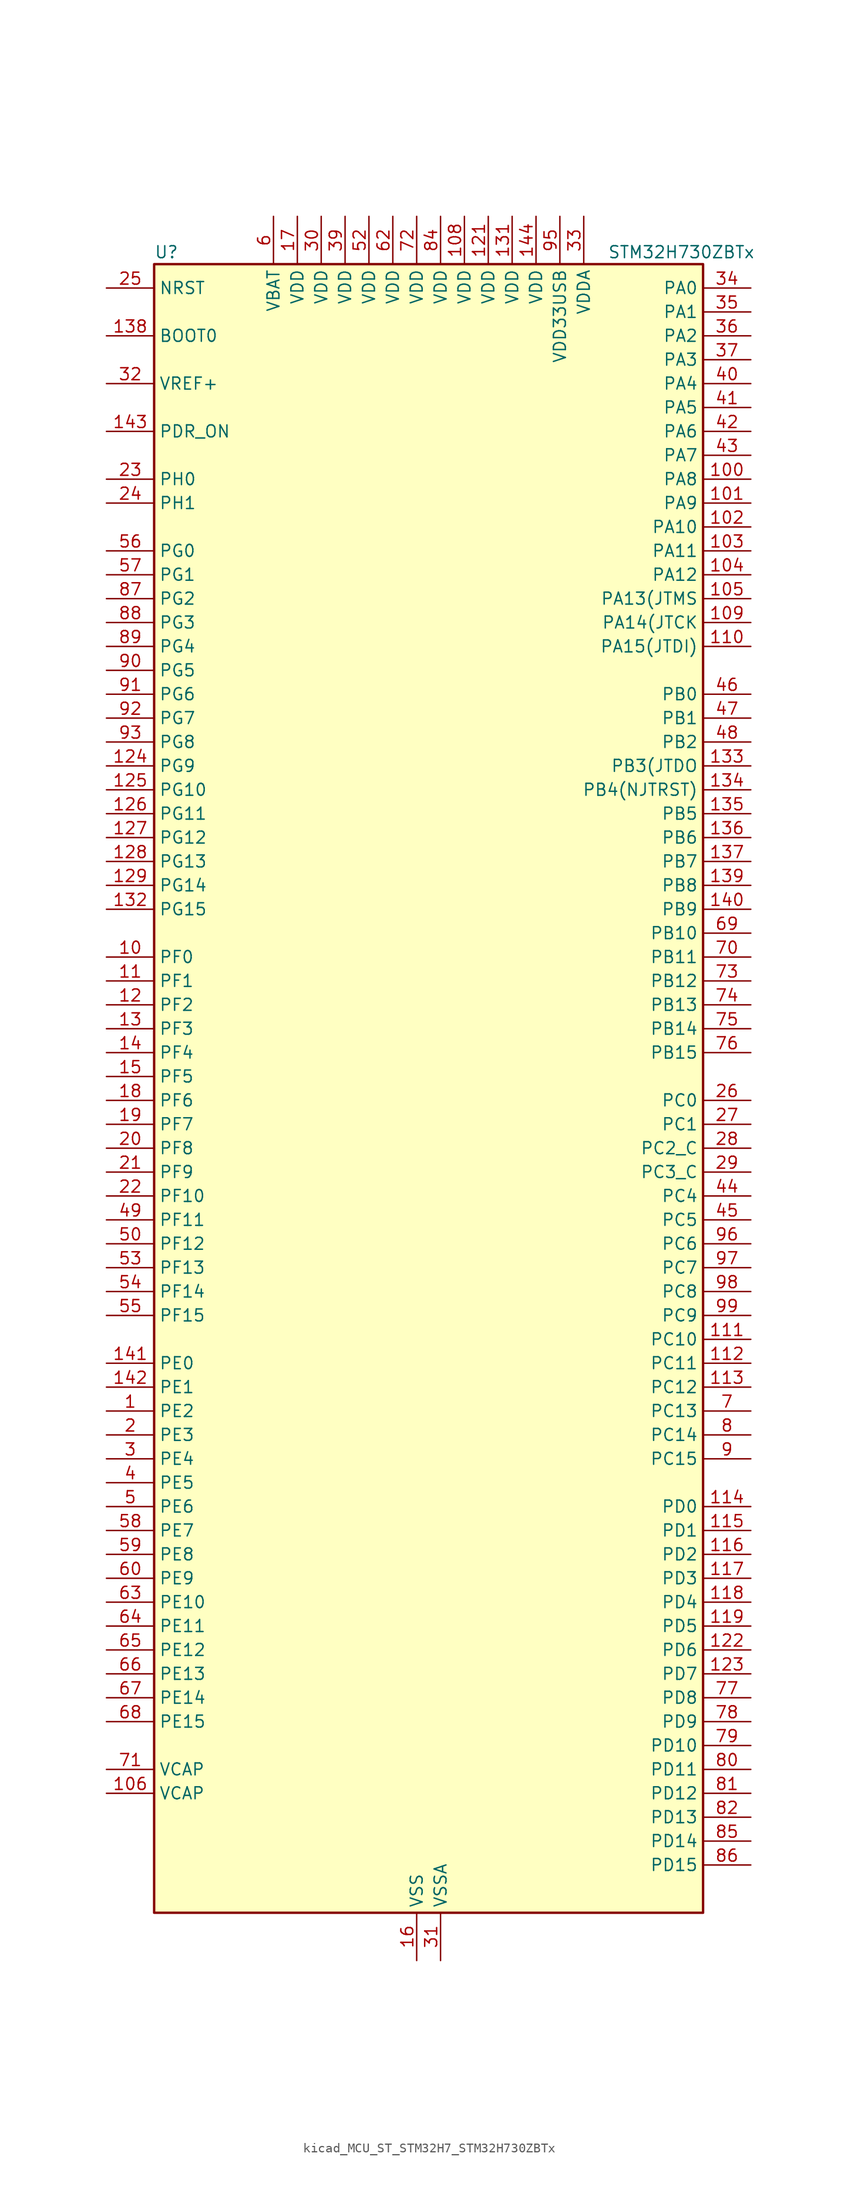
<source format=kicad_sym>
(kicad_symbol_lib
  (version 20220914)
  (generator kicad_symbol_editor)
  (symbol "kicad_MCU_ST_STM32H7_STM32H730ZBTx"
    (property "Reference" "U"
      (at -27.94 90.17 0)
      (effects (font (size 1.27 1.27)) (justify left)))
    (property "Value" "STM32H730ZBTx"
      (at 20.32 90.17 0)
      (effects (font (size 1.27 1.27)) (justify left)))
    (property "ki_locked" ""
      (at 0 0 0)
      (effects (font (size 1.27 1.27))))
    (symbol "kicad_MCU_ST_STM32H7_STM32H730ZBTx_0_1"
      (rectangle (start -27.94 -86.36) (end 30.48 88.9) (stroke (width 0.254) (type default)) (fill (type background))))
    (symbol "kicad_MCU_ST_STM32H7_STM32H730ZBTx_1_1"
      (pin bidirectional line (at -33.02 -33.02 0) (length 5.08) (name "PE2" (effects (font (size 1.27 1.27)))) (number "1" (effects (font (size 1.27 1.27)))) (alternate "DEBUG_TRACECLK" bidirectional line) (alternate "ETH_TXD3" bidirectional line) (alternate "FMC_A23" bidirectional line) (alternate "OCTOSPIM_P1_IO2" bidirectional line) (alternate "SAI1_CK1" bidirectional line) (alternate "SAI1_MCLK_A" bidirectional line) (alternate "SAI4_CK1" bidirectional line) (alternate "SAI4_MCLK_A" bidirectional line) (alternate "SPI4_SCK" bidirectional line) (alternate "USART10_RX" bidirectional line))
      (pin bidirectional line (at -33.02 15.24 0) (length 5.08) (name "PF0" (effects (font (size 1.27 1.27)))) (number "10" (effects (font (size 1.27 1.27)))) (alternate "FMC_A0" bidirectional line) (alternate "I2C2_SDA" bidirectional line) (alternate "I2C5_SDA" bidirectional line) (alternate "OCTOSPIM_P2_IO0" bidirectional line) (alternate "TIM23_CH1" bidirectional line))
      (pin bidirectional line (at 35.56 66.04 180) (length 5.08) (name "PA8" (effects (font (size 1.27 1.27)))) (number "100" (effects (font (size 1.27 1.27)))) (alternate "I2C3_SCL" bidirectional line) (alternate "I2C5_SCL" bidirectional line) (alternate "LTDC_B3" bidirectional line) (alternate "LTDC_R6" bidirectional line) (alternate "RCC_MCO_1" bidirectional line) (alternate "TIM1_CH1" bidirectional line) (alternate "TIM8_BKIN2" bidirectional line) (alternate "TIM8_BKIN2_COMP1" bidirectional line) (alternate "TIM8_BKIN2_COMP2" bidirectional line) (alternate "UART7_RX" bidirectional line) (alternate "USART1_CK" bidirectional line) (alternate "USB_OTG_HS_SOF" bidirectional line))
      (pin bidirectional line (at 35.56 63.5 180) (length 5.08) (name "PA9" (effects (font (size 1.27 1.27)))) (number "101" (effects (font (size 1.27 1.27)))) (alternate "DAC1_EXTI9" bidirectional line) (alternate "DCMI_D0" bidirectional line) (alternate "ETH_TX_ER" bidirectional line) (alternate "I2C3_SMBA" bidirectional line) (alternate "I2C5_SMBA" bidirectional line) (alternate "I2S2_CK" bidirectional line) (alternate "LPUART1_TX" bidirectional line) (alternate "LTDC_R5" bidirectional line) (alternate "PSSI_D0" bidirectional line) (alternate "SPI2_SCK" bidirectional line) (alternate "TIM1_CH2" bidirectional line) (alternate "USART1_TX" bidirectional line) (alternate "USB_OTG_HS_VBUS" bidirectional line))
      (pin bidirectional line (at 35.56 60.96 180) (length 5.08) (name "PA10" (effects (font (size 1.27 1.27)))) (number "102" (effects (font (size 1.27 1.27)))) (alternate "DCMI_D1" bidirectional line) (alternate "LPUART1_RX" bidirectional line) (alternate "LTDC_B1" bidirectional line) (alternate "LTDC_B4" bidirectional line) (alternate "MDIOS_MDIO" bidirectional line) (alternate "PSSI_D1" bidirectional line) (alternate "TIM1_CH3" bidirectional line) (alternate "USART1_RX" bidirectional line) (alternate "USB_OTG_HS_ID" bidirectional line))
      (pin bidirectional line (at 35.56 58.42 180) (length 5.08) (name "PA11" (effects (font (size 1.27 1.27)))) (number "103" (effects (font (size 1.27 1.27)))) (alternate "ADC1_EXTI11" bidirectional line) (alternate "ADC2_EXTI11" bidirectional line) (alternate "ADC3_EXTI11" bidirectional line) (alternate "FDCAN1_RX" bidirectional line) (alternate "I2S2_WS" bidirectional line) (alternate "LPUART1_CTS" bidirectional line) (alternate "LTDC_R4" bidirectional line) (alternate "SPI2_NSS" bidirectional line) (alternate "TIM1_CH4" bidirectional line) (alternate "UART4_RX" bidirectional line) (alternate "USART1_CTS" bidirectional line) (alternate "USART1_NSS" bidirectional line) (alternate "USB_OTG_HS_DM" bidirectional line))
      (pin bidirectional line (at 35.56 55.88 180) (length 5.08) (name "PA12" (effects (font (size 1.27 1.27)))) (number "104" (effects (font (size 1.27 1.27)))) (alternate "FDCAN1_TX" bidirectional line) (alternate "I2S2_CK" bidirectional line) (alternate "LPUART1_DE" bidirectional line) (alternate "LPUART1_RTS" bidirectional line) (alternate "LTDC_R5" bidirectional line) (alternate "SAI4_FS_B" bidirectional line) (alternate "SPI2_SCK" bidirectional line) (alternate "TIM1_BKIN2" bidirectional line) (alternate "TIM1_ETR" bidirectional line) (alternate "UART4_TX" bidirectional line) (alternate "USART1_DE" bidirectional line) (alternate "USART1_RTS" bidirectional line) (alternate "USB_OTG_HS_DP" bidirectional line))
      (pin bidirectional line (at 35.56 53.34 180) (length 5.08) (name "PA13(JTMS" (effects (font (size 1.27 1.27)))) (number "105" (effects (font (size 1.27 1.27)))) (alternate "DEBUG_JTMS-SWDIO" bidirectional line))
      (pin power_out line (at -33.02 -73.66 0) (length 5.08) (name "VCAP" (effects (font (size 1.27 1.27)))) (number "106" (effects (font (size 1.27 1.27)))))
      (pin passive line (at 0 -91.44 90) (length 5.08) hide (name "VSS" (effects (font (size 1.27 1.27)))) (number "107" (effects (font (size 1.27 1.27)))))
      (pin power_in line (at 5.08 93.98 270) (length 5.08) (name "VDD" (effects (font (size 1.27 1.27)))) (number "108" (effects (font (size 1.27 1.27)))))
      (pin bidirectional line (at 35.56 50.8 180) (length 5.08) (name "PA14(JTCK" (effects (font (size 1.27 1.27)))) (number "109" (effects (font (size 1.27 1.27)))) (alternate "DEBUG_JTCK-SWCLK" bidirectional line))
      (pin bidirectional line (at -33.02 12.7 0) (length 5.08) (name "PF1" (effects (font (size 1.27 1.27)))) (number "11" (effects (font (size 1.27 1.27)))) (alternate "FMC_A1" bidirectional line) (alternate "I2C2_SCL" bidirectional line) (alternate "I2C5_SCL" bidirectional line) (alternate "OCTOSPIM_P2_IO1" bidirectional line) (alternate "TIM23_CH2" bidirectional line))
      (pin bidirectional line (at 35.56 48.26 180) (length 5.08) (name "PA15(JTDI)" (effects (font (size 1.27 1.27)))) (number "110" (effects (font (size 1.27 1.27)))) (alternate "ADC1_EXTI15" bidirectional line) (alternate "ADC2_EXTI15" bidirectional line) (alternate "ADC3_EXTI15" bidirectional line) (alternate "CEC" bidirectional line) (alternate "DEBUG_JTDI" bidirectional line) (alternate "I2S1_WS" bidirectional line) (alternate "I2S3_WS" bidirectional line) (alternate "I2S6_WS" bidirectional line) (alternate "LTDC_B6" bidirectional line) (alternate "LTDC_R3" bidirectional line) (alternate "SPI1_NSS" bidirectional line) (alternate "SPI3_NSS" bidirectional line) (alternate "SPI6_NSS" bidirectional line) (alternate "TIM2_CH1" bidirectional line) (alternate "TIM2_ETR" bidirectional line) (alternate "UART4_DE" bidirectional line) (alternate "UART4_RTS" bidirectional line) (alternate "UART7_TX" bidirectional line))
      (pin bidirectional line (at 35.56 -25.4 180) (length 5.08) (name "PC10" (effects (font (size 1.27 1.27)))) (number "111" (effects (font (size 1.27 1.27)))) (alternate "DCMI_D8" bidirectional line) (alternate "DFSDM1_CKIN5" bidirectional line) (alternate "I2C5_SDA" bidirectional line) (alternate "I2S3_CK" bidirectional line) (alternate "LTDC_B1" bidirectional line) (alternate "LTDC_R2" bidirectional line) (alternate "OCTOSPIM_P1_IO1" bidirectional line) (alternate "PSSI_D8" bidirectional line) (alternate "SDMMC1_D2" bidirectional line) (alternate "SPI3_SCK" bidirectional line) (alternate "SWPMI1_RX" bidirectional line) (alternate "UART4_TX" bidirectional line) (alternate "USART3_TX" bidirectional line))
      (pin bidirectional line (at 35.56 -27.94 180) (length 5.08) (name "PC11" (effects (font (size 1.27 1.27)))) (number "112" (effects (font (size 1.27 1.27)))) (alternate "ADC1_EXTI11" bidirectional line) (alternate "ADC2_EXTI11" bidirectional line) (alternate "ADC3_EXTI11" bidirectional line) (alternate "DCMI_D4" bidirectional line) (alternate "DFSDM1_DATIN5" bidirectional line) (alternate "I2C5_SCL" bidirectional line) (alternate "I2S3_SDI" bidirectional line) (alternate "LTDC_B4" bidirectional line) (alternate "OCTOSPIM_P1_NCS" bidirectional line) (alternate "PSSI_D4" bidirectional line) (alternate "SDMMC1_D3" bidirectional line) (alternate "SPI3_MISO" bidirectional line) (alternate "UART4_RX" bidirectional line) (alternate "USART3_RX" bidirectional line))
      (pin bidirectional line (at 35.56 -30.48 180) (length 5.08) (name "PC12" (effects (font (size 1.27 1.27)))) (number "113" (effects (font (size 1.27 1.27)))) (alternate "DCMI_D9" bidirectional line) (alternate "DEBUG_TRACED3" bidirectional line) (alternate "FMC_D6" bidirectional line) (alternate "FMC_DA6" bidirectional line) (alternate "I2C5_SMBA" bidirectional line) (alternate "I2S3_SDO" bidirectional line) (alternate "I2S6_CK" bidirectional line) (alternate "LTDC_R6" bidirectional line) (alternate "PSSI_D9" bidirectional line) (alternate "SDMMC1_CK" bidirectional line) (alternate "SPI3_MOSI" bidirectional line) (alternate "SPI6_SCK" bidirectional line) (alternate "TIM15_CH1" bidirectional line) (alternate "UART5_TX" bidirectional line) (alternate "USART3_CK" bidirectional line))
      (pin bidirectional line (at 35.56 -43.18 180) (length 5.08) (name "PD0" (effects (font (size 1.27 1.27)))) (number "114" (effects (font (size 1.27 1.27)))) (alternate "DFSDM1_CKIN6" bidirectional line) (alternate "FDCAN1_RX" bidirectional line) (alternate "FMC_D2" bidirectional line) (alternate "FMC_DA2" bidirectional line) (alternate "LTDC_B1" bidirectional line) (alternate "UART4_RX" bidirectional line) (alternate "UART9_CTS" bidirectional line))
      (pin bidirectional line (at 35.56 -45.72 180) (length 5.08) (name "PD1" (effects (font (size 1.27 1.27)))) (number "115" (effects (font (size 1.27 1.27)))) (alternate "DFSDM1_DATIN6" bidirectional line) (alternate "FDCAN1_TX" bidirectional line) (alternate "FMC_D3" bidirectional line) (alternate "FMC_DA3" bidirectional line) (alternate "UART4_TX" bidirectional line))
      (pin bidirectional line (at 35.56 -48.26 180) (length 5.08) (name "PD2" (effects (font (size 1.27 1.27)))) (number "116" (effects (font (size 1.27 1.27)))) (alternate "DCMI_D11" bidirectional line) (alternate "DEBUG_TRACED2" bidirectional line) (alternate "FMC_D7" bidirectional line) (alternate "FMC_DA7" bidirectional line) (alternate "LTDC_B2" bidirectional line) (alternate "LTDC_B7" bidirectional line) (alternate "PSSI_D11" bidirectional line) (alternate "SDMMC1_CMD" bidirectional line) (alternate "TIM15_BKIN" bidirectional line) (alternate "TIM3_ETR" bidirectional line) (alternate "UART5_RX" bidirectional line))
      (pin bidirectional line (at 35.56 -50.8 180) (length 5.08) (name "PD3" (effects (font (size 1.27 1.27)))) (number "117" (effects (font (size 1.27 1.27)))) (alternate "DCMI_D5" bidirectional line) (alternate "DFSDM1_CKOUT" bidirectional line) (alternate "FMC_CLK" bidirectional line) (alternate "I2S2_CK" bidirectional line) (alternate "LTDC_G7" bidirectional line) (alternate "PSSI_D5" bidirectional line) (alternate "SPI2_SCK" bidirectional line) (alternate "USART2_CTS" bidirectional line) (alternate "USART2_NSS" bidirectional line))
      (pin bidirectional line (at 35.56 -53.34 180) (length 5.08) (name "PD4" (effects (font (size 1.27 1.27)))) (number "118" (effects (font (size 1.27 1.27)))) (alternate "FMC_NOE" bidirectional line) (alternate "OCTOSPIM_P1_IO4" bidirectional line) (alternate "USART2_DE" bidirectional line) (alternate "USART2_RTS" bidirectional line))
      (pin bidirectional line (at 35.56 -55.88 180) (length 5.08) (name "PD5" (effects (font (size 1.27 1.27)))) (number "119" (effects (font (size 1.27 1.27)))) (alternate "FMC_NWE" bidirectional line) (alternate "OCTOSPIM_P1_IO5" bidirectional line) (alternate "USART2_TX" bidirectional line))
      (pin bidirectional line (at -33.02 10.16 0) (length 5.08) (name "PF2" (effects (font (size 1.27 1.27)))) (number "12" (effects (font (size 1.27 1.27)))) (alternate "FMC_A2" bidirectional line) (alternate "I2C2_SMBA" bidirectional line) (alternate "I2C5_SMBA" bidirectional line) (alternate "OCTOSPIM_P2_IO2" bidirectional line) (alternate "TIM23_CH3" bidirectional line))
      (pin passive line (at 0 -91.44 90) (length 5.08) hide (name "VSS" (effects (font (size 1.27 1.27)))) (number "120" (effects (font (size 1.27 1.27)))))
      (pin power_in line (at 7.62 93.98 270) (length 5.08) (name "VDD" (effects (font (size 1.27 1.27)))) (number "121" (effects (font (size 1.27 1.27)))))
      (pin bidirectional line (at 35.56 -58.42 180) (length 5.08) (name "PD6" (effects (font (size 1.27 1.27)))) (number "122" (effects (font (size 1.27 1.27)))) (alternate "DCMI_D10" bidirectional line) (alternate "DFSDM1_CKIN4" bidirectional line) (alternate "DFSDM1_DATIN1" bidirectional line) (alternate "FMC_NWAIT" bidirectional line) (alternate "I2S3_SDO" bidirectional line) (alternate "LTDC_B2" bidirectional line) (alternate "OCTOSPIM_P1_IO6" bidirectional line) (alternate "PSSI_D10" bidirectional line) (alternate "SAI1_D1" bidirectional line) (alternate "SAI1_SD_A" bidirectional line) (alternate "SAI4_D1" bidirectional line) (alternate "SAI4_SD_A" bidirectional line) (alternate "SDMMC2_CK" bidirectional line) (alternate "SPI3_MOSI" bidirectional line) (alternate "USART2_RX" bidirectional line))
      (pin bidirectional line (at 35.56 -60.96 180) (length 5.08) (name "PD7" (effects (font (size 1.27 1.27)))) (number "123" (effects (font (size 1.27 1.27)))) (alternate "DFSDM1_CKIN1" bidirectional line) (alternate "DFSDM1_DATIN4" bidirectional line) (alternate "FMC_NE1" bidirectional line) (alternate "I2S1_SDO" bidirectional line) (alternate "OCTOSPIM_P1_IO7" bidirectional line) (alternate "SDMMC2_CMD" bidirectional line) (alternate "SPDIFRX1_IN0" bidirectional line) (alternate "SPI1_MOSI" bidirectional line) (alternate "USART2_CK" bidirectional line))
      (pin bidirectional line (at -33.02 35.56 0) (length 5.08) (name "PG9" (effects (font (size 1.27 1.27)))) (number "124" (effects (font (size 1.27 1.27)))) (alternate "DAC1_EXTI9" bidirectional line) (alternate "DCMI_VSYNC" bidirectional line) (alternate "FDCAN3_TX" bidirectional line) (alternate "FMC_NCE" bidirectional line) (alternate "FMC_NE2" bidirectional line) (alternate "I2S1_SDI" bidirectional line) (alternate "OCTOSPIM_P1_IO6" bidirectional line) (alternate "PSSI_RDY" bidirectional line) (alternate "SAI4_FS_B" bidirectional line) (alternate "SDMMC2_D0" bidirectional line) (alternate "SPDIFRX1_IN3" bidirectional line) (alternate "SPI1_MISO" bidirectional line) (alternate "USART6_RX" bidirectional line))
      (pin bidirectional line (at -33.02 33.02 0) (length 5.08) (name "PG10" (effects (font (size 1.27 1.27)))) (number "125" (effects (font (size 1.27 1.27)))) (alternate "DCMI_D2" bidirectional line) (alternate "FDCAN3_RX" bidirectional line) (alternate "FMC_NE3" bidirectional line) (alternate "I2S1_WS" bidirectional line) (alternate "LTDC_B2" bidirectional line) (alternate "LTDC_G3" bidirectional line) (alternate "OCTOSPIM_P2_IO6" bidirectional line) (alternate "PSSI_D2" bidirectional line) (alternate "SAI4_SD_B" bidirectional line) (alternate "SDMMC2_D1" bidirectional line) (alternate "SPI1_NSS" bidirectional line))
      (pin bidirectional line (at -33.02 30.48 0) (length 5.08) (name "PG11" (effects (font (size 1.27 1.27)))) (number "126" (effects (font (size 1.27 1.27)))) (alternate "ADC1_EXTI11" bidirectional line) (alternate "ADC2_EXTI11" bidirectional line) (alternate "ADC3_EXTI11" bidirectional line) (alternate "DCMI_D3" bidirectional line) (alternate "ETH_TX_EN" bidirectional line) (alternate "I2S1_CK" bidirectional line) (alternate "LPTIM1_IN2" bidirectional line) (alternate "LTDC_B3" bidirectional line) (alternate "OCTOSPIM_P2_IO7" bidirectional line) (alternate "PSSI_D3" bidirectional line) (alternate "SDMMC2_D2" bidirectional line) (alternate "SPDIFRX1_IN0" bidirectional line) (alternate "SPI1_SCK" bidirectional line) (alternate "USART10_RX" bidirectional line))
      (pin bidirectional line (at -33.02 27.94 0) (length 5.08) (name "PG12" (effects (font (size 1.27 1.27)))) (number "127" (effects (font (size 1.27 1.27)))) (alternate "ETH_TXD1" bidirectional line) (alternate "FMC_NE4" bidirectional line) (alternate "I2S6_SDI" bidirectional line) (alternate "LPTIM1_IN1" bidirectional line) (alternate "LTDC_B1" bidirectional line) (alternate "LTDC_B4" bidirectional line) (alternate "OCTOSPIM_P2_NCS" bidirectional line) (alternate "SDMMC2_D3" bidirectional line) (alternate "SPDIFRX1_IN1" bidirectional line) (alternate "SPI6_MISO" bidirectional line) (alternate "TIM23_CH1" bidirectional line) (alternate "USART10_TX" bidirectional line) (alternate "USART6_DE" bidirectional line) (alternate "USART6_RTS" bidirectional line))
      (pin bidirectional line (at -33.02 25.4 0) (length 5.08) (name "PG13" (effects (font (size 1.27 1.27)))) (number "128" (effects (font (size 1.27 1.27)))) (alternate "DEBUG_TRACED0" bidirectional line) (alternate "ETH_TXD0" bidirectional line) (alternate "FMC_A24" bidirectional line) (alternate "I2S6_CK" bidirectional line) (alternate "LPTIM1_OUT" bidirectional line) (alternate "LTDC_R0" bidirectional line) (alternate "SDMMC2_D6" bidirectional line) (alternate "SPI6_SCK" bidirectional line) (alternate "TIM23_CH2" bidirectional line) (alternate "USART10_CTS" bidirectional line) (alternate "USART10_NSS" bidirectional line) (alternate "USART6_CTS" bidirectional line) (alternate "USART6_NSS" bidirectional line))
      (pin bidirectional line (at -33.02 22.86 0) (length 5.08) (name "PG14" (effects (font (size 1.27 1.27)))) (number "129" (effects (font (size 1.27 1.27)))) (alternate "DEBUG_TRACED1" bidirectional line) (alternate "ETH_TXD1" bidirectional line) (alternate "FMC_A25" bidirectional line) (alternate "I2S6_SDO" bidirectional line) (alternate "LPTIM1_ETR" bidirectional line) (alternate "LTDC_B0" bidirectional line) (alternate "OCTOSPIM_P1_IO7" bidirectional line) (alternate "SDMMC2_D7" bidirectional line) (alternate "SPI6_MOSI" bidirectional line) (alternate "TIM23_CH3" bidirectional line) (alternate "USART10_DE" bidirectional line) (alternate "USART10_RTS" bidirectional line) (alternate "USART6_TX" bidirectional line))
      (pin bidirectional line (at -33.02 7.62 0) (length 5.08) (name "PF3" (effects (font (size 1.27 1.27)))) (number "13" (effects (font (size 1.27 1.27)))) (alternate "ADC3_INP5" bidirectional line) (alternate "FMC_A3" bidirectional line) (alternate "OCTOSPIM_P2_IO3" bidirectional line) (alternate "TIM23_CH4" bidirectional line))
      (pin passive line (at 0 -91.44 90) (length 5.08) hide (name "VSS" (effects (font (size 1.27 1.27)))) (number "130" (effects (font (size 1.27 1.27)))))
      (pin power_in line (at 10.16 93.98 270) (length 5.08) (name "VDD" (effects (font (size 1.27 1.27)))) (number "131" (effects (font (size 1.27 1.27)))))
      (pin bidirectional line (at -33.02 20.32 0) (length 5.08) (name "PG15" (effects (font (size 1.27 1.27)))) (number "132" (effects (font (size 1.27 1.27)))) (alternate "ADC1_EXTI15" bidirectional line) (alternate "ADC2_EXTI15" bidirectional line) (alternate "ADC3_EXTI15" bidirectional line) (alternate "DCMI_D13" bidirectional line) (alternate "FMC_SDNCAS" bidirectional line) (alternate "OCTOSPIM_P2_DQS" bidirectional line) (alternate "PSSI_D13" bidirectional line) (alternate "USART10_CK" bidirectional line) (alternate "USART6_CTS" bidirectional line) (alternate "USART6_NSS" bidirectional line))
      (pin bidirectional line (at 35.56 35.56 180) (length 5.08) (name "PB3(JTDO" (effects (font (size 1.27 1.27)))) (number "133" (effects (font (size 1.27 1.27)))) (alternate "CRS_SYNC" bidirectional line) (alternate "DEBUG_JTDO-SWO" bidirectional line) (alternate "I2S1_CK" bidirectional line) (alternate "I2S3_CK" bidirectional line) (alternate "I2S6_CK" bidirectional line) (alternate "SDMMC2_D2" bidirectional line) (alternate "SPI1_SCK" bidirectional line) (alternate "SPI3_SCK" bidirectional line) (alternate "SPI6_SCK" bidirectional line) (alternate "TIM24_ETR" bidirectional line) (alternate "TIM2_CH2" bidirectional line) (alternate "UART7_RX" bidirectional line))
      (pin bidirectional line (at 35.56 33.02 180) (length 5.08) (name "PB4(NJTRST)" (effects (font (size 1.27 1.27)))) (number "134" (effects (font (size 1.27 1.27)))) (alternate "DEBUG_JTRST" bidirectional line) (alternate "I2S1_SDI" bidirectional line) (alternate "I2S2_WS" bidirectional line) (alternate "I2S3_SDI" bidirectional line) (alternate "I2S6_SDI" bidirectional line) (alternate "SDMMC2_D3" bidirectional line) (alternate "SPI1_MISO" bidirectional line) (alternate "SPI2_NSS" bidirectional line) (alternate "SPI3_MISO" bidirectional line) (alternate "SPI6_MISO" bidirectional line) (alternate "TIM16_BKIN" bidirectional line) (alternate "TIM3_CH1" bidirectional line) (alternate "UART7_TX" bidirectional line))
      (pin bidirectional line (at 35.56 30.48 180) (length 5.08) (name "PB5" (effects (font (size 1.27 1.27)))) (number "135" (effects (font (size 1.27 1.27)))) (alternate "DCMI_D10" bidirectional line) (alternate "ETH_PPS_OUT" bidirectional line) (alternate "FDCAN2_RX" bidirectional line) (alternate "FMC_SDCKE1" bidirectional line) (alternate "I2C1_SMBA" bidirectional line) (alternate "I2C4_SMBA" bidirectional line) (alternate "I2S1_SDO" bidirectional line) (alternate "I2S3_SDO" bidirectional line) (alternate "I2S6_SDO" bidirectional line) (alternate "LTDC_B5" bidirectional line) (alternate "PSSI_D10" bidirectional line) (alternate "SPI1_MOSI" bidirectional line) (alternate "SPI3_MOSI" bidirectional line) (alternate "SPI6_MOSI" bidirectional line) (alternate "TIM17_BKIN" bidirectional line) (alternate "TIM3_CH2" bidirectional line) (alternate "UART5_RX" bidirectional line) (alternate "USB_OTG_HS_ULPI_D7" bidirectional line))
      (pin bidirectional line (at 35.56 27.94 180) (length 5.08) (name "PB6" (effects (font (size 1.27 1.27)))) (number "136" (effects (font (size 1.27 1.27)))) (alternate "CEC" bidirectional line) (alternate "DCMI_D5" bidirectional line) (alternate "DFSDM1_DATIN5" bidirectional line) (alternate "FDCAN2_TX" bidirectional line) (alternate "FMC_SDNE1" bidirectional line) (alternate "I2C1_SCL" bidirectional line) (alternate "I2C4_SCL" bidirectional line) (alternate "LPUART1_TX" bidirectional line) (alternate "OCTOSPIM_P1_NCS" bidirectional line) (alternate "PSSI_D5" bidirectional line) (alternate "TIM16_CH1N" bidirectional line) (alternate "TIM4_CH1" bidirectional line) (alternate "UART5_TX" bidirectional line) (alternate "USART1_TX" bidirectional line))
      (pin bidirectional line (at 35.56 25.4 180) (length 5.08) (name "PB7" (effects (font (size 1.27 1.27)))) (number "137" (effects (font (size 1.27 1.27)))) (alternate "DCMI_VSYNC" bidirectional line) (alternate "DFSDM1_CKIN5" bidirectional line) (alternate "FMC_NL" bidirectional line) (alternate "I2C1_SDA" bidirectional line) (alternate "I2C4_SDA" bidirectional line) (alternate "LPUART1_RX" bidirectional line) (alternate "PSSI_RDY" bidirectional line) (alternate "PWR_PVD_IN" bidirectional line) (alternate "TIM17_CH1N" bidirectional line) (alternate "TIM4_CH2" bidirectional line) (alternate "USART1_RX" bidirectional line))
      (pin input line (at -33.02 81.28 0) (length 5.08) (name "BOOT0" (effects (font (size 1.27 1.27)))) (number "138" (effects (font (size 1.27 1.27)))))
      (pin bidirectional line (at 35.56 22.86 180) (length 5.08) (name "PB8" (effects (font (size 1.27 1.27)))) (number "139" (effects (font (size 1.27 1.27)))) (alternate "DCMI_D6" bidirectional line) (alternate "DFSDM1_CKIN7" bidirectional line) (alternate "ETH_TXD3" bidirectional line) (alternate "FDCAN1_RX" bidirectional line) (alternate "I2C1_SCL" bidirectional line) (alternate "I2C4_SCL" bidirectional line) (alternate "LTDC_B6" bidirectional line) (alternate "PSSI_D6" bidirectional line) (alternate "SDMMC1_CKIN" bidirectional line) (alternate "SDMMC1_D4" bidirectional line) (alternate "SDMMC2_D4" bidirectional line) (alternate "TIM16_CH1" bidirectional line) (alternate "TIM4_CH3" bidirectional line) (alternate "UART4_RX" bidirectional line))
      (pin bidirectional line (at -33.02 5.08 0) (length 5.08) (name "PF4" (effects (font (size 1.27 1.27)))) (number "14" (effects (font (size 1.27 1.27)))) (alternate "ADC3_INN5" bidirectional line) (alternate "ADC3_INP9" bidirectional line) (alternate "FMC_A4" bidirectional line) (alternate "OCTOSPIM_P2_CLK" bidirectional line))
      (pin bidirectional line (at 35.56 20.32 180) (length 5.08) (name "PB9" (effects (font (size 1.27 1.27)))) (number "140" (effects (font (size 1.27 1.27)))) (alternate "DAC1_EXTI9" bidirectional line) (alternate "DCMI_D7" bidirectional line) (alternate "DFSDM1_DATIN7" bidirectional line) (alternate "FDCAN1_TX" bidirectional line) (alternate "I2C1_SDA" bidirectional line) (alternate "I2C4_SDA" bidirectional line) (alternate "I2C4_SMBA" bidirectional line) (alternate "I2S2_WS" bidirectional line) (alternate "LTDC_B7" bidirectional line) (alternate "PSSI_D7" bidirectional line) (alternate "SDMMC1_CDIR" bidirectional line) (alternate "SDMMC1_D5" bidirectional line) (alternate "SDMMC2_D5" bidirectional line) (alternate "SPI2_NSS" bidirectional line) (alternate "TIM17_CH1" bidirectional line) (alternate "TIM4_CH4" bidirectional line) (alternate "UART4_TX" bidirectional line))
      (pin bidirectional line (at -33.02 -27.94 0) (length 5.08) (name "PE0" (effects (font (size 1.27 1.27)))) (number "141" (effects (font (size 1.27 1.27)))) (alternate "DCMI_D2" bidirectional line) (alternate "FMC_NBL0" bidirectional line) (alternate "LPTIM1_ETR" bidirectional line) (alternate "LPTIM2_ETR" bidirectional line) (alternate "LTDC_R0" bidirectional line) (alternate "PSSI_D2" bidirectional line) (alternate "SAI4_MCLK_A" bidirectional line) (alternate "TIM4_ETR" bidirectional line) (alternate "UART8_RX" bidirectional line))
      (pin bidirectional line (at -33.02 -30.48 0) (length 5.08) (name "PE1" (effects (font (size 1.27 1.27)))) (number "142" (effects (font (size 1.27 1.27)))) (alternate "DCMI_D3" bidirectional line) (alternate "FMC_NBL1" bidirectional line) (alternate "LPTIM1_IN2" bidirectional line) (alternate "LTDC_R6" bidirectional line) (alternate "PSSI_D3" bidirectional line) (alternate "UART8_TX" bidirectional line))
      (pin input line (at -33.02 71.12 0) (length 5.08) (name "PDR_ON" (effects (font (size 1.27 1.27)))) (number "143" (effects (font (size 1.27 1.27)))))
      (pin power_in line (at 12.7 93.98 270) (length 5.08) (name "VDD" (effects (font (size 1.27 1.27)))) (number "144" (effects (font (size 1.27 1.27)))))
      (pin bidirectional line (at -33.02 2.54 0) (length 5.08) (name "PF5" (effects (font (size 1.27 1.27)))) (number "15" (effects (font (size 1.27 1.27)))) (alternate "ADC3_INP4" bidirectional line) (alternate "FMC_A5" bidirectional line) (alternate "OCTOSPIM_P2_NCLK" bidirectional line))
      (pin power_in line (at 0 -91.44 90) (length 5.08) (name "VSS" (effects (font (size 1.27 1.27)))) (number "16" (effects (font (size 1.27 1.27)))))
      (pin power_in line (at -12.7 93.98 270) (length 5.08) (name "VDD" (effects (font (size 1.27 1.27)))) (number "17" (effects (font (size 1.27 1.27)))))
      (pin bidirectional line (at -33.02 0 0) (length 5.08) (name "PF6" (effects (font (size 1.27 1.27)))) (number "18" (effects (font (size 1.27 1.27)))) (alternate "ADC3_INN4" bidirectional line) (alternate "ADC3_INP8" bidirectional line) (alternate "FDCAN3_RX" bidirectional line) (alternate "OCTOSPIM_P1_IO3" bidirectional line) (alternate "SAI1_SD_B" bidirectional line) (alternate "SAI4_SD_B" bidirectional line) (alternate "SPI5_NSS" bidirectional line) (alternate "TIM16_CH1" bidirectional line) (alternate "TIM23_CH1" bidirectional line) (alternate "UART7_RX" bidirectional line))
      (pin bidirectional line (at -33.02 -2.54 0) (length 5.08) (name "PF7" (effects (font (size 1.27 1.27)))) (number "19" (effects (font (size 1.27 1.27)))) (alternate "ADC3_INP3" bidirectional line) (alternate "FDCAN3_TX" bidirectional line) (alternate "OCTOSPIM_P1_IO2" bidirectional line) (alternate "SAI1_MCLK_B" bidirectional line) (alternate "SAI4_MCLK_B" bidirectional line) (alternate "SPI5_SCK" bidirectional line) (alternate "TIM17_CH1" bidirectional line) (alternate "TIM23_CH2" bidirectional line) (alternate "UART7_TX" bidirectional line))
      (pin bidirectional line (at -33.02 -35.56 0) (length 5.08) (name "PE3" (effects (font (size 1.27 1.27)))) (number "2" (effects (font (size 1.27 1.27)))) (alternate "DEBUG_TRACED0" bidirectional line) (alternate "FMC_A19" bidirectional line) (alternate "SAI1_SD_B" bidirectional line) (alternate "SAI4_SD_B" bidirectional line) (alternate "TIM15_BKIN" bidirectional line) (alternate "USART10_TX" bidirectional line))
      (pin bidirectional line (at -33.02 -5.08 0) (length 5.08) (name "PF8" (effects (font (size 1.27 1.27)))) (number "20" (effects (font (size 1.27 1.27)))) (alternate "ADC3_INN3" bidirectional line) (alternate "ADC3_INP7" bidirectional line) (alternate "OCTOSPIM_P1_IO0" bidirectional line) (alternate "SAI1_SCK_B" bidirectional line) (alternate "SAI4_SCK_B" bidirectional line) (alternate "SPI5_MISO" bidirectional line) (alternate "TIM13_CH1" bidirectional line) (alternate "TIM16_CH1N" bidirectional line) (alternate "TIM23_CH3" bidirectional line) (alternate "UART7_DE" bidirectional line) (alternate "UART7_RTS" bidirectional line))
      (pin bidirectional line (at -33.02 -7.62 0) (length 5.08) (name "PF9" (effects (font (size 1.27 1.27)))) (number "21" (effects (font (size 1.27 1.27)))) (alternate "ADC3_INP2" bidirectional line) (alternate "DAC1_EXTI9" bidirectional line) (alternate "OCTOSPIM_P1_IO1" bidirectional line) (alternate "SAI1_FS_B" bidirectional line) (alternate "SAI4_FS_B" bidirectional line) (alternate "SPI5_MOSI" bidirectional line) (alternate "TIM14_CH1" bidirectional line) (alternate "TIM17_CH1N" bidirectional line) (alternate "TIM23_CH4" bidirectional line) (alternate "UART7_CTS" bidirectional line))
      (pin bidirectional line (at -33.02 -10.16 0) (length 5.08) (name "PF10" (effects (font (size 1.27 1.27)))) (number "22" (effects (font (size 1.27 1.27)))) (alternate "ADC3_INN2" bidirectional line) (alternate "ADC3_INP6" bidirectional line) (alternate "DCMI_D11" bidirectional line) (alternate "LTDC_DE" bidirectional line) (alternate "OCTOSPIM_P1_CLK" bidirectional line) (alternate "PSSI_D11" bidirectional line) (alternate "PSSI_D15" bidirectional line) (alternate "SAI1_D3" bidirectional line) (alternate "SAI4_D3" bidirectional line) (alternate "TIM16_BKIN" bidirectional line))
      (pin bidirectional line (at -33.02 66.04 0) (length 5.08) (name "PH0" (effects (font (size 1.27 1.27)))) (number "23" (effects (font (size 1.27 1.27)))) (alternate "RCC_OSC_IN" bidirectional line))
      (pin bidirectional line (at -33.02 63.5 0) (length 5.08) (name "PH1" (effects (font (size 1.27 1.27)))) (number "24" (effects (font (size 1.27 1.27)))) (alternate "RCC_OSC_OUT" bidirectional line))
      (pin input line (at -33.02 86.36 0) (length 5.08) (name "NRST" (effects (font (size 1.27 1.27)))) (number "25" (effects (font (size 1.27 1.27)))))
      (pin bidirectional line (at 35.56 0 180) (length 5.08) (name "PC0" (effects (font (size 1.27 1.27)))) (number "26" (effects (font (size 1.27 1.27)))) (alternate "ADC1_INP10" bidirectional line) (alternate "ADC2_INP10" bidirectional line) (alternate "ADC3_INP10" bidirectional line) (alternate "DFSDM1_CKIN0" bidirectional line) (alternate "DFSDM1_DATIN4" bidirectional line) (alternate "FMC_A25" bidirectional line) (alternate "FMC_D12" bidirectional line) (alternate "FMC_DA12" bidirectional line) (alternate "FMC_SDNWE" bidirectional line) (alternate "LTDC_G2" bidirectional line) (alternate "LTDC_R5" bidirectional line) (alternate "SAI4_FS_B" bidirectional line) (alternate "USB_OTG_HS_ULPI_STP" bidirectional line))
      (pin bidirectional line (at 35.56 -2.54 180) (length 5.08) (name "PC1" (effects (font (size 1.27 1.27)))) (number "27" (effects (font (size 1.27 1.27)))) (alternate "ADC1_INN10" bidirectional line) (alternate "ADC1_INP11" bidirectional line) (alternate "ADC2_INN10" bidirectional line) (alternate "ADC2_INP11" bidirectional line) (alternate "ADC3_INN10" bidirectional line) (alternate "ADC3_INP11" bidirectional line) (alternate "DEBUG_TRACED0" bidirectional line) (alternate "DFSDM1_CKIN4" bidirectional line) (alternate "DFSDM1_DATIN0" bidirectional line) (alternate "ETH_MDC" bidirectional line) (alternate "I2S2_SDO" bidirectional line) (alternate "LTDC_G5" bidirectional line) (alternate "MDIOS_MDC" bidirectional line) (alternate "OCTOSPIM_P1_IO4" bidirectional line) (alternate "PWR_WKUP6" bidirectional line) (alternate "RTC_TAMP3" bidirectional line) (alternate "SAI1_D1" bidirectional line) (alternate "SAI1_SD_A" bidirectional line) (alternate "SAI4_D1" bidirectional line) (alternate "SAI4_SD_A" bidirectional line) (alternate "SDMMC2_CK" bidirectional line) (alternate "SPI2_MOSI" bidirectional line))
      (pin bidirectional line (at 35.56 -5.08 180) (length 5.08) (name "PC2_C" (effects (font (size 1.27 1.27)))) (number "28" (effects (font (size 1.27 1.27)))) (alternate "ADC3_INN1" bidirectional line) (alternate "ADC3_INP0" bidirectional line) (alternate "DFSDM1_CKIN1" bidirectional line) (alternate "DFSDM1_CKOUT" bidirectional line) (alternate "ETH_TXD2" bidirectional line) (alternate "FMC_SDNE0" bidirectional line) (alternate "I2S2_SDI" bidirectional line) (alternate "OCTOSPIM_P1_IO2" bidirectional line) (alternate "OCTOSPIM_P1_IO5" bidirectional line) (alternate "PWR_CSTOP" bidirectional line) (alternate "SPI2_MISO" bidirectional line) (alternate "USB_OTG_HS_ULPI_DIR" bidirectional line))
      (pin bidirectional line (at 35.56 -7.62 180) (length 5.08) (name "PC3_C" (effects (font (size 1.27 1.27)))) (number "29" (effects (font (size 1.27 1.27)))) (alternate "ADC3_INP1" bidirectional line) (alternate "DFSDM1_DATIN1" bidirectional line) (alternate "ETH_TX_CLK" bidirectional line) (alternate "FMC_SDCKE0" bidirectional line) (alternate "I2S2_SDO" bidirectional line) (alternate "OCTOSPIM_P1_IO0" bidirectional line) (alternate "OCTOSPIM_P1_IO6" bidirectional line) (alternate "PWR_CSLEEP" bidirectional line) (alternate "SPI2_MOSI" bidirectional line) (alternate "USB_OTG_HS_ULPI_NXT" bidirectional line))
      (pin bidirectional line (at -33.02 -38.1 0) (length 5.08) (name "PE4" (effects (font (size 1.27 1.27)))) (number "3" (effects (font (size 1.27 1.27)))) (alternate "DCMI_D4" bidirectional line) (alternate "DEBUG_TRACED1" bidirectional line) (alternate "DFSDM1_DATIN3" bidirectional line) (alternate "FMC_A20" bidirectional line) (alternate "LTDC_B0" bidirectional line) (alternate "PSSI_D4" bidirectional line) (alternate "SAI1_D2" bidirectional line) (alternate "SAI1_FS_A" bidirectional line) (alternate "SAI4_D2" bidirectional line) (alternate "SAI4_FS_A" bidirectional line) (alternate "SPI4_NSS" bidirectional line) (alternate "TIM15_CH1N" bidirectional line))
      (pin power_in line (at -10.16 93.98 270) (length 5.08) (name "VDD" (effects (font (size 1.27 1.27)))) (number "30" (effects (font (size 1.27 1.27)))))
      (pin power_in line (at 2.54 -91.44 90) (length 5.08) (name "VSSA" (effects (font (size 1.27 1.27)))) (number "31" (effects (font (size 1.27 1.27)))))
      (pin input line (at -33.02 76.2 0) (length 5.08) (name "VREF+" (effects (font (size 1.27 1.27)))) (number "32" (effects (font (size 1.27 1.27)))) (alternate "VREFBUF_OUT" bidirectional line))
      (pin power_in line (at 17.78 93.98 270) (length 5.08) (name "VDDA" (effects (font (size 1.27 1.27)))) (number "33" (effects (font (size 1.27 1.27)))))
      (pin bidirectional line (at 35.56 86.36 180) (length 5.08) (name "PA0" (effects (font (size 1.27 1.27)))) (number "34" (effects (font (size 1.27 1.27)))) (alternate "ADC1_INP16" bidirectional line) (alternate "ETH_CRS" bidirectional line) (alternate "FMC_A19" bidirectional line) (alternate "I2S6_WS" bidirectional line) (alternate "PWR_WKUP1" bidirectional line) (alternate "SAI4_SD_B" bidirectional line) (alternate "SDMMC2_CMD" bidirectional line) (alternate "SPI6_NSS" bidirectional line) (alternate "TIM15_BKIN" bidirectional line) (alternate "TIM2_CH1" bidirectional line) (alternate "TIM2_ETR" bidirectional line) (alternate "TIM5_CH1" bidirectional line) (alternate "TIM8_ETR" bidirectional line) (alternate "UART4_TX" bidirectional line) (alternate "USART2_CTS" bidirectional line) (alternate "USART2_NSS" bidirectional line))
      (pin bidirectional line (at 35.56 83.82 180) (length 5.08) (name "PA1" (effects (font (size 1.27 1.27)))) (number "35" (effects (font (size 1.27 1.27)))) (alternate "ADC1_INN16" bidirectional line) (alternate "ADC1_INP17" bidirectional line) (alternate "ETH_REF_CLK" bidirectional line) (alternate "ETH_RX_CLK" bidirectional line) (alternate "LPTIM3_OUT" bidirectional line) (alternate "LTDC_R2" bidirectional line) (alternate "OCTOSPIM_P1_DQS" bidirectional line) (alternate "OCTOSPIM_P1_IO3" bidirectional line) (alternate "SAI4_MCLK_B" bidirectional line) (alternate "TIM15_CH1N" bidirectional line) (alternate "TIM2_CH2" bidirectional line) (alternate "TIM5_CH2" bidirectional line) (alternate "UART4_RX" bidirectional line) (alternate "USART2_DE" bidirectional line) (alternate "USART2_RTS" bidirectional line))
      (pin bidirectional line (at 35.56 81.28 180) (length 5.08) (name "PA2" (effects (font (size 1.27 1.27)))) (number "36" (effects (font (size 1.27 1.27)))) (alternate "ADC1_INP14" bidirectional line) (alternate "ADC2_INP14" bidirectional line) (alternate "ETH_MDIO" bidirectional line) (alternate "LPTIM4_OUT" bidirectional line) (alternate "LTDC_R1" bidirectional line) (alternate "MDIOS_MDIO" bidirectional line) (alternate "OCTOSPIM_P1_IO0" bidirectional line) (alternate "PWR_WKUP2" bidirectional line) (alternate "SAI4_SCK_B" bidirectional line) (alternate "TIM15_CH1" bidirectional line) (alternate "TIM2_CH3" bidirectional line) (alternate "TIM5_CH3" bidirectional line) (alternate "USART2_TX" bidirectional line))
      (pin bidirectional line (at 35.56 78.74 180) (length 5.08) (name "PA3" (effects (font (size 1.27 1.27)))) (number "37" (effects (font (size 1.27 1.27)))) (alternate "ADC1_INP15" bidirectional line) (alternate "ADC2_INP15" bidirectional line) (alternate "ETH_COL" bidirectional line) (alternate "I2S6_MCK" bidirectional line) (alternate "LPTIM5_OUT" bidirectional line) (alternate "LTDC_B2" bidirectional line) (alternate "LTDC_B5" bidirectional line) (alternate "OCTOSPIM_P1_CLK" bidirectional line) (alternate "OCTOSPIM_P1_IO2" bidirectional line) (alternate "TIM15_CH2" bidirectional line) (alternate "TIM2_CH4" bidirectional line) (alternate "TIM5_CH4" bidirectional line) (alternate "USART2_RX" bidirectional line) (alternate "USB_OTG_HS_ULPI_D0" bidirectional line))
      (pin passive line (at 0 -91.44 90) (length 5.08) hide (name "VSS" (effects (font (size 1.27 1.27)))) (number "38" (effects (font (size 1.27 1.27)))))
      (pin power_in line (at -7.62 93.98 270) (length 5.08) (name "VDD" (effects (font (size 1.27 1.27)))) (number "39" (effects (font (size 1.27 1.27)))))
      (pin bidirectional line (at -33.02 -40.64 0) (length 5.08) (name "PE5" (effects (font (size 1.27 1.27)))) (number "4" (effects (font (size 1.27 1.27)))) (alternate "DCMI_D6" bidirectional line) (alternate "DEBUG_TRACED2" bidirectional line) (alternate "DFSDM1_CKIN3" bidirectional line) (alternate "FMC_A21" bidirectional line) (alternate "LTDC_G0" bidirectional line) (alternate "PSSI_D6" bidirectional line) (alternate "SAI1_CK2" bidirectional line) (alternate "SAI1_SCK_A" bidirectional line) (alternate "SAI4_CK2" bidirectional line) (alternate "SAI4_SCK_A" bidirectional line) (alternate "SPI4_MISO" bidirectional line) (alternate "TIM15_CH1" bidirectional line))
      (pin bidirectional line (at 35.56 76.2 180) (length 5.08) (name "PA4" (effects (font (size 1.27 1.27)))) (number "40" (effects (font (size 1.27 1.27)))) (alternate "ADC1_INP18" bidirectional line) (alternate "ADC2_INP18" bidirectional line) (alternate "DAC1_OUT1" bidirectional line) (alternate "DCMI_HSYNC" bidirectional line) (alternate "FMC_D8" bidirectional line) (alternate "FMC_DA8" bidirectional line) (alternate "I2S1_WS" bidirectional line) (alternate "I2S3_WS" bidirectional line) (alternate "I2S6_WS" bidirectional line) (alternate "LTDC_VSYNC" bidirectional line) (alternate "PSSI_DE" bidirectional line) (alternate "SPI1_NSS" bidirectional line) (alternate "SPI3_NSS" bidirectional line) (alternate "SPI6_NSS" bidirectional line) (alternate "TIM5_ETR" bidirectional line) (alternate "USART2_CK" bidirectional line))
      (pin bidirectional line (at 35.56 73.66 180) (length 5.08) (name "PA5" (effects (font (size 1.27 1.27)))) (number "41" (effects (font (size 1.27 1.27)))) (alternate "ADC1_INN18" bidirectional line) (alternate "ADC1_INP19" bidirectional line) (alternate "ADC2_INN18" bidirectional line) (alternate "ADC2_INP19" bidirectional line) (alternate "DAC1_OUT2" bidirectional line) (alternate "FMC_D9" bidirectional line) (alternate "FMC_DA9" bidirectional line) (alternate "I2S1_CK" bidirectional line) (alternate "I2S6_CK" bidirectional line) (alternate "LTDC_R4" bidirectional line) (alternate "PSSI_D14" bidirectional line) (alternate "PWR_NDSTOP2" bidirectional line) (alternate "SPI1_SCK" bidirectional line) (alternate "SPI6_SCK" bidirectional line) (alternate "TIM2_CH1" bidirectional line) (alternate "TIM2_ETR" bidirectional line) (alternate "TIM8_CH1N" bidirectional line) (alternate "USB_OTG_HS_ULPI_CK" bidirectional line))
      (pin bidirectional line (at 35.56 71.12 180) (length 5.08) (name "PA6" (effects (font (size 1.27 1.27)))) (number "42" (effects (font (size 1.27 1.27)))) (alternate "ADC1_INP3" bidirectional line) (alternate "ADC2_INP3" bidirectional line) (alternate "DCMI_PIXCLK" bidirectional line) (alternate "I2S1_SDI" bidirectional line) (alternate "I2S6_SDI" bidirectional line) (alternate "LTDC_G2" bidirectional line) (alternate "MDIOS_MDC" bidirectional line) (alternate "OCTOSPIM_P1_IO3" bidirectional line) (alternate "PSSI_PDCK" bidirectional line) (alternate "SPI1_MISO" bidirectional line) (alternate "SPI6_MISO" bidirectional line) (alternate "TIM13_CH1" bidirectional line) (alternate "TIM1_BKIN" bidirectional line) (alternate "TIM1_BKIN_COMP1" bidirectional line) (alternate "TIM1_BKIN_COMP2" bidirectional line) (alternate "TIM3_CH1" bidirectional line) (alternate "TIM8_BKIN" bidirectional line) (alternate "TIM8_BKIN_COMP1" bidirectional line) (alternate "TIM8_BKIN_COMP2" bidirectional line))
      (pin bidirectional line (at 35.56 68.58 180) (length 5.08) (name "PA7" (effects (font (size 1.27 1.27)))) (number "43" (effects (font (size 1.27 1.27)))) (alternate "ADC1_INN3" bidirectional line) (alternate "ADC1_INP7" bidirectional line) (alternate "ADC2_INN3" bidirectional line) (alternate "ADC2_INP7" bidirectional line) (alternate "ETH_CRS_DV" bidirectional line) (alternate "ETH_RX_DV" bidirectional line) (alternate "FMC_SDNWE" bidirectional line) (alternate "I2S1_SDO" bidirectional line) (alternate "I2S6_SDO" bidirectional line) (alternate "LTDC_VSYNC" bidirectional line) (alternate "OCTOSPIM_P1_IO2" bidirectional line) (alternate "OPAMP1_VINM" bidirectional line) (alternate "SPI1_MOSI" bidirectional line) (alternate "SPI6_MOSI" bidirectional line) (alternate "TIM14_CH1" bidirectional line) (alternate "TIM1_CH1N" bidirectional line) (alternate "TIM3_CH2" bidirectional line) (alternate "TIM8_CH1N" bidirectional line))
      (pin bidirectional line (at 35.56 -10.16 180) (length 5.08) (name "PC4" (effects (font (size 1.27 1.27)))) (number "44" (effects (font (size 1.27 1.27)))) (alternate "ADC1_INP4" bidirectional line) (alternate "ADC2_INP4" bidirectional line) (alternate "COMP1_INM" bidirectional line) (alternate "DFSDM1_CKIN2" bidirectional line) (alternate "ETH_RXD0" bidirectional line) (alternate "FMC_A22" bidirectional line) (alternate "FMC_SDNE0" bidirectional line) (alternate "I2S1_MCK" bidirectional line) (alternate "LTDC_R7" bidirectional line) (alternate "OPAMP1_VOUT" bidirectional line) (alternate "SDMMC2_CKIN" bidirectional line) (alternate "SPDIFRX1_IN2" bidirectional line))
      (pin bidirectional line (at 35.56 -12.7 180) (length 5.08) (name "PC5" (effects (font (size 1.27 1.27)))) (number "45" (effects (font (size 1.27 1.27)))) (alternate "ADC1_INN4" bidirectional line) (alternate "ADC1_INP8" bidirectional line) (alternate "ADC2_INN4" bidirectional line) (alternate "ADC2_INP8" bidirectional line) (alternate "COMP1_OUT" bidirectional line) (alternate "DFSDM1_DATIN2" bidirectional line) (alternate "ETH_RXD1" bidirectional line) (alternate "FMC_SDCKE0" bidirectional line) (alternate "LTDC_DE" bidirectional line) (alternate "OCTOSPIM_P1_DQS" bidirectional line) (alternate "OPAMP1_VINM" bidirectional line) (alternate "PSSI_D15" bidirectional line) (alternate "SAI1_D3" bidirectional line) (alternate "SAI4_D3" bidirectional line) (alternate "SPDIFRX1_IN3" bidirectional line))
      (pin bidirectional line (at 35.56 43.18 180) (length 5.08) (name "PB0" (effects (font (size 1.27 1.27)))) (number "46" (effects (font (size 1.27 1.27)))) (alternate "ADC1_INN5" bidirectional line) (alternate "ADC1_INP9" bidirectional line) (alternate "ADC2_INN5" bidirectional line) (alternate "ADC2_INP9" bidirectional line) (alternate "COMP1_INP" bidirectional line) (alternate "DFSDM1_CKOUT" bidirectional line) (alternate "ETH_RXD2" bidirectional line) (alternate "LTDC_G1" bidirectional line) (alternate "LTDC_R3" bidirectional line) (alternate "OCTOSPIM_P1_IO1" bidirectional line) (alternate "OPAMP1_VINP" bidirectional line) (alternate "TIM1_CH2N" bidirectional line) (alternate "TIM3_CH3" bidirectional line) (alternate "TIM8_CH2N" bidirectional line) (alternate "UART4_CTS" bidirectional line) (alternate "USB_OTG_HS_ULPI_D1" bidirectional line))
      (pin bidirectional line (at 35.56 40.64 180) (length 5.08) (name "PB1" (effects (font (size 1.27 1.27)))) (number "47" (effects (font (size 1.27 1.27)))) (alternate "ADC1_INP5" bidirectional line) (alternate "ADC2_INP5" bidirectional line) (alternate "COMP1_INM" bidirectional line) (alternate "DFSDM1_DATIN1" bidirectional line) (alternate "ETH_RXD3" bidirectional line) (alternate "LTDC_G0" bidirectional line) (alternate "LTDC_R6" bidirectional line) (alternate "OCTOSPIM_P1_IO0" bidirectional line) (alternate "TIM1_CH3N" bidirectional line) (alternate "TIM3_CH4" bidirectional line) (alternate "TIM8_CH3N" bidirectional line) (alternate "USB_OTG_HS_ULPI_D2" bidirectional line))
      (pin bidirectional line (at 35.56 38.1 180) (length 5.08) (name "PB2" (effects (font (size 1.27 1.27)))) (number "48" (effects (font (size 1.27 1.27)))) (alternate "COMP1_INP" bidirectional line) (alternate "DFSDM1_CKIN1" bidirectional line) (alternate "ETH_TX_ER" bidirectional line) (alternate "I2S3_SDO" bidirectional line) (alternate "OCTOSPIM_P1_CLK" bidirectional line) (alternate "OCTOSPIM_P1_DQS" bidirectional line) (alternate "RTC_OUT_ALARM" bidirectional line) (alternate "RTC_OUT_CALIB" bidirectional line) (alternate "SAI1_D1" bidirectional line) (alternate "SAI1_SD_A" bidirectional line) (alternate "SAI4_D1" bidirectional line) (alternate "SAI4_SD_A" bidirectional line) (alternate "SPI3_MOSI" bidirectional line) (alternate "TIM23_ETR" bidirectional line))
      (pin bidirectional line (at -33.02 -12.7 0) (length 5.08) (name "PF11" (effects (font (size 1.27 1.27)))) (number "49" (effects (font (size 1.27 1.27)))) (alternate "ADC1_EXTI11" bidirectional line) (alternate "ADC1_INP2" bidirectional line) (alternate "ADC2_EXTI11" bidirectional line) (alternate "ADC3_EXTI11" bidirectional line) (alternate "DCMI_D12" bidirectional line) (alternate "FMC_SDNRAS" bidirectional line) (alternate "OCTOSPIM_P1_NCLK" bidirectional line) (alternate "PSSI_D12" bidirectional line) (alternate "SAI4_SD_B" bidirectional line) (alternate "SPI5_MOSI" bidirectional line) (alternate "TIM24_CH1" bidirectional line))
      (pin bidirectional line (at -33.02 -43.18 0) (length 5.08) (name "PE6" (effects (font (size 1.27 1.27)))) (number "5" (effects (font (size 1.27 1.27)))) (alternate "DCMI_D7" bidirectional line) (alternate "DEBUG_TRACED3" bidirectional line) (alternate "FMC_A22" bidirectional line) (alternate "LTDC_G1" bidirectional line) (alternate "PSSI_D7" bidirectional line) (alternate "SAI1_D1" bidirectional line) (alternate "SAI1_SD_A" bidirectional line) (alternate "SAI4_D1" bidirectional line) (alternate "SAI4_MCLK_B" bidirectional line) (alternate "SAI4_SD_A" bidirectional line) (alternate "SPI4_MOSI" bidirectional line) (alternate "TIM15_CH2" bidirectional line) (alternate "TIM1_BKIN2" bidirectional line) (alternate "TIM1_BKIN2_COMP1" bidirectional line) (alternate "TIM1_BKIN2_COMP2" bidirectional line))
      (pin bidirectional line (at -33.02 -15.24 0) (length 5.08) (name "PF12" (effects (font (size 1.27 1.27)))) (number "50" (effects (font (size 1.27 1.27)))) (alternate "ADC1_INN2" bidirectional line) (alternate "ADC1_INP6" bidirectional line) (alternate "FMC_A6" bidirectional line) (alternate "OCTOSPIM_P2_DQS" bidirectional line) (alternate "TIM24_CH2" bidirectional line))
      (pin passive line (at 0 -91.44 90) (length 5.08) hide (name "VSS" (effects (font (size 1.27 1.27)))) (number "51" (effects (font (size 1.27 1.27)))))
      (pin power_in line (at -5.08 93.98 270) (length 5.08) (name "VDD" (effects (font (size 1.27 1.27)))) (number "52" (effects (font (size 1.27 1.27)))))
      (pin bidirectional line (at -33.02 -17.78 0) (length 5.08) (name "PF13" (effects (font (size 1.27 1.27)))) (number "53" (effects (font (size 1.27 1.27)))) (alternate "ADC2_INP2" bidirectional line) (alternate "DFSDM1_DATIN6" bidirectional line) (alternate "FMC_A7" bidirectional line) (alternate "I2C4_SMBA" bidirectional line) (alternate "TIM24_CH3" bidirectional line))
      (pin bidirectional line (at -33.02 -20.32 0) (length 5.08) (name "PF14" (effects (font (size 1.27 1.27)))) (number "54" (effects (font (size 1.27 1.27)))) (alternate "ADC2_INN2" bidirectional line) (alternate "ADC2_INP6" bidirectional line) (alternate "DFSDM1_CKIN6" bidirectional line) (alternate "FMC_A8" bidirectional line) (alternate "I2C4_SCL" bidirectional line) (alternate "TIM24_CH4" bidirectional line))
      (pin bidirectional line (at -33.02 -22.86 0) (length 5.08) (name "PF15" (effects (font (size 1.27 1.27)))) (number "55" (effects (font (size 1.27 1.27)))) (alternate "ADC1_EXTI15" bidirectional line) (alternate "ADC2_EXTI15" bidirectional line) (alternate "ADC3_EXTI15" bidirectional line) (alternate "FMC_A9" bidirectional line) (alternate "I2C4_SDA" bidirectional line))
      (pin bidirectional line (at -33.02 58.42 0) (length 5.08) (name "PG0" (effects (font (size 1.27 1.27)))) (number "56" (effects (font (size 1.27 1.27)))) (alternate "FMC_A10" bidirectional line) (alternate "OCTOSPIM_P2_IO4" bidirectional line) (alternate "UART9_RX" bidirectional line))
      (pin bidirectional line (at -33.02 55.88 0) (length 5.08) (name "PG1" (effects (font (size 1.27 1.27)))) (number "57" (effects (font (size 1.27 1.27)))) (alternate "FMC_A11" bidirectional line) (alternate "OCTOSPIM_P2_IO5" bidirectional line) (alternate "OPAMP2_VINM" bidirectional line) (alternate "UART9_TX" bidirectional line))
      (pin bidirectional line (at -33.02 -45.72 0) (length 5.08) (name "PE7" (effects (font (size 1.27 1.27)))) (number "58" (effects (font (size 1.27 1.27)))) (alternate "COMP2_INM" bidirectional line) (alternate "DFSDM1_DATIN2" bidirectional line) (alternate "FMC_D4" bidirectional line) (alternate "FMC_DA4" bidirectional line) (alternate "OCTOSPIM_P1_IO4" bidirectional line) (alternate "OPAMP2_VOUT" bidirectional line) (alternate "TIM1_ETR" bidirectional line) (alternate "UART7_RX" bidirectional line))
      (pin bidirectional line (at -33.02 -48.26 0) (length 5.08) (name "PE8" (effects (font (size 1.27 1.27)))) (number "59" (effects (font (size 1.27 1.27)))) (alternate "COMP2_OUT" bidirectional line) (alternate "DFSDM1_CKIN2" bidirectional line) (alternate "FMC_D5" bidirectional line) (alternate "FMC_DA5" bidirectional line) (alternate "OCTOSPIM_P1_IO5" bidirectional line) (alternate "OPAMP2_VINM" bidirectional line) (alternate "TIM1_CH1N" bidirectional line) (alternate "UART7_TX" bidirectional line))
      (pin power_in line (at -15.24 93.98 270) (length 5.08) (name "VBAT" (effects (font (size 1.27 1.27)))) (number "6" (effects (font (size 1.27 1.27)))))
      (pin bidirectional line (at -33.02 -50.8 0) (length 5.08) (name "PE9" (effects (font (size 1.27 1.27)))) (number "60" (effects (font (size 1.27 1.27)))) (alternate "COMP2_INP" bidirectional line) (alternate "DAC1_EXTI9" bidirectional line) (alternate "DFSDM1_CKOUT" bidirectional line) (alternate "FMC_D6" bidirectional line) (alternate "FMC_DA6" bidirectional line) (alternate "OCTOSPIM_P1_IO6" bidirectional line) (alternate "OPAMP2_VINP" bidirectional line) (alternate "TIM1_CH1" bidirectional line) (alternate "UART7_DE" bidirectional line) (alternate "UART7_RTS" bidirectional line))
      (pin passive line (at 0 -91.44 90) (length 5.08) hide (name "VSS" (effects (font (size 1.27 1.27)))) (number "61" (effects (font (size 1.27 1.27)))))
      (pin power_in line (at -2.54 93.98 270) (length 5.08) (name "VDD" (effects (font (size 1.27 1.27)))) (number "62" (effects (font (size 1.27 1.27)))))
      (pin bidirectional line (at -33.02 -53.34 0) (length 5.08) (name "PE10" (effects (font (size 1.27 1.27)))) (number "63" (effects (font (size 1.27 1.27)))) (alternate "COMP2_INM" bidirectional line) (alternate "DFSDM1_DATIN4" bidirectional line) (alternate "FMC_D7" bidirectional line) (alternate "FMC_DA7" bidirectional line) (alternate "OCTOSPIM_P1_IO7" bidirectional line) (alternate "TIM1_CH2N" bidirectional line) (alternate "UART7_CTS" bidirectional line))
      (pin bidirectional line (at -33.02 -55.88 0) (length 5.08) (name "PE11" (effects (font (size 1.27 1.27)))) (number "64" (effects (font (size 1.27 1.27)))) (alternate "ADC1_EXTI11" bidirectional line) (alternate "ADC2_EXTI11" bidirectional line) (alternate "ADC3_EXTI11" bidirectional line) (alternate "COMP2_INP" bidirectional line) (alternate "DFSDM1_CKIN4" bidirectional line) (alternate "FMC_D8" bidirectional line) (alternate "FMC_DA8" bidirectional line) (alternate "LTDC_G3" bidirectional line) (alternate "OCTOSPIM_P1_NCS" bidirectional line) (alternate "SAI4_SD_B" bidirectional line) (alternate "SPI4_NSS" bidirectional line) (alternate "TIM1_CH2" bidirectional line))
      (pin bidirectional line (at -33.02 -58.42 0) (length 5.08) (name "PE12" (effects (font (size 1.27 1.27)))) (number "65" (effects (font (size 1.27 1.27)))) (alternate "COMP1_OUT" bidirectional line) (alternate "DFSDM1_DATIN5" bidirectional line) (alternate "FMC_D9" bidirectional line) (alternate "FMC_DA9" bidirectional line) (alternate "LTDC_B4" bidirectional line) (alternate "SAI4_SCK_B" bidirectional line) (alternate "SPI4_SCK" bidirectional line) (alternate "TIM1_CH3N" bidirectional line))
      (pin bidirectional line (at -33.02 -60.96 0) (length 5.08) (name "PE13" (effects (font (size 1.27 1.27)))) (number "66" (effects (font (size 1.27 1.27)))) (alternate "COMP2_OUT" bidirectional line) (alternate "DFSDM1_CKIN5" bidirectional line) (alternate "FMC_D10" bidirectional line) (alternate "FMC_DA10" bidirectional line) (alternate "LTDC_DE" bidirectional line) (alternate "SAI4_FS_B" bidirectional line) (alternate "SPI4_MISO" bidirectional line) (alternate "TIM1_CH3" bidirectional line))
      (pin bidirectional line (at -33.02 -63.5 0) (length 5.08) (name "PE14" (effects (font (size 1.27 1.27)))) (number "67" (effects (font (size 1.27 1.27)))) (alternate "FMC_D11" bidirectional line) (alternate "FMC_DA11" bidirectional line) (alternate "LTDC_CLK" bidirectional line) (alternate "SAI4_MCLK_B" bidirectional line) (alternate "SPI4_MOSI" bidirectional line) (alternate "TIM1_CH4" bidirectional line))
      (pin bidirectional line (at -33.02 -66.04 0) (length 5.08) (name "PE15" (effects (font (size 1.27 1.27)))) (number "68" (effects (font (size 1.27 1.27)))) (alternate "ADC1_EXTI15" bidirectional line) (alternate "ADC2_EXTI15" bidirectional line) (alternate "ADC3_EXTI15" bidirectional line) (alternate "FMC_D12" bidirectional line) (alternate "FMC_DA12" bidirectional line) (alternate "LTDC_R7" bidirectional line) (alternate "TIM1_BKIN" bidirectional line) (alternate "TIM1_BKIN_COMP1" bidirectional line) (alternate "TIM1_BKIN_COMP2" bidirectional line) (alternate "USART10_CK" bidirectional line))
      (pin bidirectional line (at 35.56 17.78 180) (length 5.08) (name "PB10" (effects (font (size 1.27 1.27)))) (number "69" (effects (font (size 1.27 1.27)))) (alternate "DFSDM1_DATIN7" bidirectional line) (alternate "ETH_RX_ER" bidirectional line) (alternate "I2C2_SCL" bidirectional line) (alternate "I2S2_CK" bidirectional line) (alternate "LPTIM2_IN1" bidirectional line) (alternate "LTDC_G4" bidirectional line) (alternate "OCTOSPIM_P1_NCS" bidirectional line) (alternate "SPI2_SCK" bidirectional line) (alternate "TIM2_CH3" bidirectional line) (alternate "USART3_TX" bidirectional line) (alternate "USB_OTG_HS_ULPI_D3" bidirectional line))
      (pin bidirectional line (at 35.56 -33.02 180) (length 5.08) (name "PC13" (effects (font (size 1.27 1.27)))) (number "7" (effects (font (size 1.27 1.27)))) (alternate "PWR_WKUP4" bidirectional line) (alternate "RTC_OUT_ALARM" bidirectional line) (alternate "RTC_OUT_CALIB" bidirectional line) (alternate "RTC_TAMP1" bidirectional line) (alternate "RTC_TS" bidirectional line))
      (pin bidirectional line (at 35.56 15.24 180) (length 5.08) (name "PB11" (effects (font (size 1.27 1.27)))) (number "70" (effects (font (size 1.27 1.27)))) (alternate "ADC1_EXTI11" bidirectional line) (alternate "ADC2_EXTI11" bidirectional line) (alternate "ADC3_EXTI11" bidirectional line) (alternate "DFSDM1_CKIN7" bidirectional line) (alternate "ETH_TX_EN" bidirectional line) (alternate "I2C2_SDA" bidirectional line) (alternate "LPTIM2_ETR" bidirectional line) (alternate "LTDC_G5" bidirectional line) (alternate "TIM2_CH4" bidirectional line) (alternate "USART3_RX" bidirectional line) (alternate "USB_OTG_HS_ULPI_D4" bidirectional line))
      (pin power_out line (at -33.02 -71.12 0) (length 5.08) (name "VCAP" (effects (font (size 1.27 1.27)))) (number "71" (effects (font (size 1.27 1.27)))))
      (pin power_in line (at 0 93.98 270) (length 5.08) (name "VDD" (effects (font (size 1.27 1.27)))) (number "72" (effects (font (size 1.27 1.27)))))
      (pin bidirectional line (at 35.56 12.7 180) (length 5.08) (name "PB12" (effects (font (size 1.27 1.27)))) (number "73" (effects (font (size 1.27 1.27)))) (alternate "DFSDM1_DATIN1" bidirectional line) (alternate "ETH_TXD0" bidirectional line) (alternate "FDCAN2_RX" bidirectional line) (alternate "I2C2_SMBA" bidirectional line) (alternate "I2S2_WS" bidirectional line) (alternate "OCTOSPIM_P1_IO0" bidirectional line) (alternate "OCTOSPIM_P1_NCLK" bidirectional line) (alternate "SPI2_NSS" bidirectional line) (alternate "TIM1_BKIN" bidirectional line) (alternate "TIM1_BKIN_COMP1" bidirectional line) (alternate "TIM1_BKIN_COMP2" bidirectional line) (alternate "UART5_RX" bidirectional line) (alternate "USART3_CK" bidirectional line) (alternate "USB_OTG_HS_ULPI_D5" bidirectional line))
      (pin bidirectional line (at 35.56 10.16 180) (length 5.08) (name "PB13" (effects (font (size 1.27 1.27)))) (number "74" (effects (font (size 1.27 1.27)))) (alternate "DCMI_D2" bidirectional line) (alternate "DFSDM1_CKIN1" bidirectional line) (alternate "ETH_TXD1" bidirectional line) (alternate "FDCAN2_TX" bidirectional line) (alternate "I2S2_CK" bidirectional line) (alternate "LPTIM2_OUT" bidirectional line) (alternate "OCTOSPIM_P1_IO2" bidirectional line) (alternate "PSSI_D2" bidirectional line) (alternate "SDMMC1_D0" bidirectional line) (alternate "SPI2_SCK" bidirectional line) (alternate "TIM1_CH1N" bidirectional line) (alternate "UART5_TX" bidirectional line) (alternate "USART3_CTS" bidirectional line) (alternate "USART3_NSS" bidirectional line) (alternate "USB_OTG_HS_ULPI_D6" bidirectional line))
      (pin bidirectional line (at 35.56 7.62 180) (length 5.08) (name "PB14" (effects (font (size 1.27 1.27)))) (number "75" (effects (font (size 1.27 1.27)))) (alternate "DFSDM1_DATIN2" bidirectional line) (alternate "FMC_D10" bidirectional line) (alternate "FMC_DA10" bidirectional line) (alternate "I2S2_SDI" bidirectional line) (alternate "LTDC_CLK" bidirectional line) (alternate "SDMMC2_D0" bidirectional line) (alternate "SPI2_MISO" bidirectional line) (alternate "TIM12_CH1" bidirectional line) (alternate "TIM1_CH2N" bidirectional line) (alternate "TIM8_CH2N" bidirectional line) (alternate "UART4_DE" bidirectional line) (alternate "UART4_RTS" bidirectional line) (alternate "USART1_TX" bidirectional line) (alternate "USART3_DE" bidirectional line) (alternate "USART3_RTS" bidirectional line))
      (pin bidirectional line (at 35.56 5.08 180) (length 5.08) (name "PB15" (effects (font (size 1.27 1.27)))) (number "76" (effects (font (size 1.27 1.27)))) (alternate "ADC1_EXTI15" bidirectional line) (alternate "ADC2_EXTI15" bidirectional line) (alternate "ADC3_EXTI15" bidirectional line) (alternate "DFSDM1_CKIN2" bidirectional line) (alternate "FMC_D11" bidirectional line) (alternate "FMC_DA11" bidirectional line) (alternate "I2S2_SDO" bidirectional line) (alternate "LTDC_G7" bidirectional line) (alternate "RTC_REFIN" bidirectional line) (alternate "SDMMC2_D1" bidirectional line) (alternate "SPI2_MOSI" bidirectional line) (alternate "TIM12_CH2" bidirectional line) (alternate "TIM1_CH3N" bidirectional line) (alternate "TIM8_CH3N" bidirectional line) (alternate "UART4_CTS" bidirectional line) (alternate "USART1_RX" bidirectional line))
      (pin bidirectional line (at 35.56 -63.5 180) (length 5.08) (name "PD8" (effects (font (size 1.27 1.27)))) (number "77" (effects (font (size 1.27 1.27)))) (alternate "DFSDM1_CKIN3" bidirectional line) (alternate "FMC_D13" bidirectional line) (alternate "FMC_DA13" bidirectional line) (alternate "SPDIFRX1_IN1" bidirectional line) (alternate "USART3_TX" bidirectional line))
      (pin bidirectional line (at 35.56 -66.04 180) (length 5.08) (name "PD9" (effects (font (size 1.27 1.27)))) (number "78" (effects (font (size 1.27 1.27)))) (alternate "DAC1_EXTI9" bidirectional line) (alternate "DFSDM1_DATIN3" bidirectional line) (alternate "FMC_D14" bidirectional line) (alternate "FMC_DA14" bidirectional line) (alternate "USART3_RX" bidirectional line))
      (pin bidirectional line (at 35.56 -68.58 180) (length 5.08) (name "PD10" (effects (font (size 1.27 1.27)))) (number "79" (effects (font (size 1.27 1.27)))) (alternate "DFSDM1_CKOUT" bidirectional line) (alternate "FMC_D15" bidirectional line) (alternate "FMC_DA15" bidirectional line) (alternate "LTDC_B3" bidirectional line) (alternate "USART3_CK" bidirectional line))
      (pin bidirectional line (at 35.56 -35.56 180) (length 5.08) (name "PC14" (effects (font (size 1.27 1.27)))) (number "8" (effects (font (size 1.27 1.27)))) (alternate "RCC_OSC32_IN" bidirectional line))
      (pin bidirectional line (at 35.56 -71.12 180) (length 5.08) (name "PD11" (effects (font (size 1.27 1.27)))) (number "80" (effects (font (size 1.27 1.27)))) (alternate "ADC1_EXTI11" bidirectional line) (alternate "ADC2_EXTI11" bidirectional line) (alternate "ADC3_EXTI11" bidirectional line) (alternate "FMC_A16" bidirectional line) (alternate "FMC_CLE" bidirectional line) (alternate "I2C4_SMBA" bidirectional line) (alternate "LPTIM2_IN2" bidirectional line) (alternate "OCTOSPIM_P1_IO0" bidirectional line) (alternate "SAI4_SD_A" bidirectional line) (alternate "USART3_CTS" bidirectional line) (alternate "USART3_NSS" bidirectional line))
      (pin bidirectional line (at 35.56 -73.66 180) (length 5.08) (name "PD12" (effects (font (size 1.27 1.27)))) (number "81" (effects (font (size 1.27 1.27)))) (alternate "DCMI_D12" bidirectional line) (alternate "FDCAN3_RX" bidirectional line) (alternate "FMC_A17" bidirectional line) (alternate "FMC_ALE" bidirectional line) (alternate "I2C4_SCL" bidirectional line) (alternate "LPTIM1_IN1" bidirectional line) (alternate "LPTIM2_IN1" bidirectional line) (alternate "OCTOSPIM_P1_IO1" bidirectional line) (alternate "PSSI_D12" bidirectional line) (alternate "SAI4_FS_A" bidirectional line) (alternate "TIM4_CH1" bidirectional line) (alternate "USART3_DE" bidirectional line) (alternate "USART3_RTS" bidirectional line))
      (pin bidirectional line (at 35.56 -76.2 180) (length 5.08) (name "PD13" (effects (font (size 1.27 1.27)))) (number "82" (effects (font (size 1.27 1.27)))) (alternate "DCMI_D13" bidirectional line) (alternate "FDCAN3_TX" bidirectional line) (alternate "FMC_A18" bidirectional line) (alternate "I2C4_SDA" bidirectional line) (alternate "LPTIM1_OUT" bidirectional line) (alternate "OCTOSPIM_P1_IO3" bidirectional line) (alternate "PSSI_D13" bidirectional line) (alternate "SAI4_SCK_A" bidirectional line) (alternate "TIM4_CH2" bidirectional line) (alternate "UART9_DE" bidirectional line) (alternate "UART9_RTS" bidirectional line))
      (pin passive line (at 0 -91.44 90) (length 5.08) hide (name "VSS" (effects (font (size 1.27 1.27)))) (number "83" (effects (font (size 1.27 1.27)))))
      (pin power_in line (at 2.54 93.98 270) (length 5.08) (name "VDD" (effects (font (size 1.27 1.27)))) (number "84" (effects (font (size 1.27 1.27)))))
      (pin bidirectional line (at 35.56 -78.74 180) (length 5.08) (name "PD14" (effects (font (size 1.27 1.27)))) (number "85" (effects (font (size 1.27 1.27)))) (alternate "FMC_D0" bidirectional line) (alternate "FMC_DA0" bidirectional line) (alternate "TIM4_CH3" bidirectional line) (alternate "UART8_CTS" bidirectional line) (alternate "UART9_RX" bidirectional line))
      (pin bidirectional line (at 35.56 -81.28 180) (length 5.08) (name "PD15" (effects (font (size 1.27 1.27)))) (number "86" (effects (font (size 1.27 1.27)))) (alternate "ADC1_EXTI15" bidirectional line) (alternate "ADC2_EXTI15" bidirectional line) (alternate "ADC3_EXTI15" bidirectional line) (alternate "FMC_D1" bidirectional line) (alternate "FMC_DA1" bidirectional line) (alternate "TIM4_CH4" bidirectional line) (alternate "UART8_DE" bidirectional line) (alternate "UART8_RTS" bidirectional line) (alternate "UART9_TX" bidirectional line))
      (pin bidirectional line (at -33.02 53.34 0) (length 5.08) (name "PG2" (effects (font (size 1.27 1.27)))) (number "87" (effects (font (size 1.27 1.27)))) (alternate "FMC_A12" bidirectional line) (alternate "TIM24_ETR" bidirectional line) (alternate "TIM8_BKIN" bidirectional line) (alternate "TIM8_BKIN_COMP1" bidirectional line) (alternate "TIM8_BKIN_COMP2" bidirectional line))
      (pin bidirectional line (at -33.02 50.8 0) (length 5.08) (name "PG3" (effects (font (size 1.27 1.27)))) (number "88" (effects (font (size 1.27 1.27)))) (alternate "FMC_A13" bidirectional line) (alternate "TIM23_ETR" bidirectional line) (alternate "TIM8_BKIN2" bidirectional line) (alternate "TIM8_BKIN2_COMP1" bidirectional line) (alternate "TIM8_BKIN2_COMP2" bidirectional line))
      (pin bidirectional line (at -33.02 48.26 0) (length 5.08) (name "PG4" (effects (font (size 1.27 1.27)))) (number "89" (effects (font (size 1.27 1.27)))) (alternate "FMC_A14" bidirectional line) (alternate "FMC_BA0" bidirectional line) (alternate "TIM1_BKIN2" bidirectional line) (alternate "TIM1_BKIN2_COMP1" bidirectional line) (alternate "TIM1_BKIN2_COMP2" bidirectional line))
      (pin bidirectional line (at 35.56 -38.1 180) (length 5.08) (name "PC15" (effects (font (size 1.27 1.27)))) (number "9" (effects (font (size 1.27 1.27)))) (alternate "ADC1_EXTI15" bidirectional line) (alternate "ADC2_EXTI15" bidirectional line) (alternate "ADC3_EXTI15" bidirectional line) (alternate "RCC_OSC32_OUT" bidirectional line))
      (pin bidirectional line (at -33.02 45.72 0) (length 5.08) (name "PG5" (effects (font (size 1.27 1.27)))) (number "90" (effects (font (size 1.27 1.27)))) (alternate "FMC_A15" bidirectional line) (alternate "FMC_BA1" bidirectional line) (alternate "TIM1_ETR" bidirectional line))
      (pin bidirectional line (at -33.02 43.18 0) (length 5.08) (name "PG6" (effects (font (size 1.27 1.27)))) (number "91" (effects (font (size 1.27 1.27)))) (alternate "DCMI_D12" bidirectional line) (alternate "FMC_NE3" bidirectional line) (alternate "LTDC_R7" bidirectional line) (alternate "OCTOSPIM_P1_NCS" bidirectional line) (alternate "PSSI_D12" bidirectional line) (alternate "TIM17_BKIN" bidirectional line))
      (pin bidirectional line (at -33.02 40.64 0) (length 5.08) (name "PG7" (effects (font (size 1.27 1.27)))) (number "92" (effects (font (size 1.27 1.27)))) (alternate "DCMI_D13" bidirectional line) (alternate "FMC_INT" bidirectional line) (alternate "LTDC_CLK" bidirectional line) (alternate "OCTOSPIM_P2_DQS" bidirectional line) (alternate "PSSI_D13" bidirectional line) (alternate "SAI1_MCLK_A" bidirectional line) (alternate "USART6_CK" bidirectional line))
      (pin bidirectional line (at -33.02 38.1 0) (length 5.08) (name "PG8" (effects (font (size 1.27 1.27)))) (number "93" (effects (font (size 1.27 1.27)))) (alternate "ETH_PPS_OUT" bidirectional line) (alternate "FMC_SDCLK" bidirectional line) (alternate "I2S6_WS" bidirectional line) (alternate "LTDC_G7" bidirectional line) (alternate "SPDIFRX1_IN2" bidirectional line) (alternate "SPI6_NSS" bidirectional line) (alternate "TIM8_ETR" bidirectional line) (alternate "USART6_DE" bidirectional line) (alternate "USART6_RTS" bidirectional line))
      (pin passive line (at 0 -91.44 90) (length 5.08) hide (name "VSS" (effects (font (size 1.27 1.27)))) (number "94" (effects (font (size 1.27 1.27)))))
      (pin power_in line (at 15.24 93.98 270) (length 5.08) (name "VDD33USB" (effects (font (size 1.27 1.27)))) (number "95" (effects (font (size 1.27 1.27)))))
      (pin bidirectional line (at 35.56 -15.24 180) (length 5.08) (name "PC6" (effects (font (size 1.27 1.27)))) (number "96" (effects (font (size 1.27 1.27)))) (alternate "DCMI_D0" bidirectional line) (alternate "DFSDM1_CKIN3" bidirectional line) (alternate "FMC_NWAIT" bidirectional line) (alternate "I2S2_MCK" bidirectional line) (alternate "LTDC_HSYNC" bidirectional line) (alternate "PSSI_D0" bidirectional line) (alternate "SDMMC1_D0DIR" bidirectional line) (alternate "SDMMC1_D6" bidirectional line) (alternate "SDMMC2_D6" bidirectional line) (alternate "SWPMI1_IO" bidirectional line) (alternate "TIM3_CH1" bidirectional line) (alternate "TIM8_CH1" bidirectional line) (alternate "USART6_TX" bidirectional line))
      (pin bidirectional line (at 35.56 -17.78 180) (length 5.08) (name "PC7" (effects (font (size 1.27 1.27)))) (number "97" (effects (font (size 1.27 1.27)))) (alternate "DCMI_D1" bidirectional line) (alternate "DEBUG_TRGIO" bidirectional line) (alternate "DFSDM1_DATIN3" bidirectional line) (alternate "FMC_NE1" bidirectional line) (alternate "I2S3_MCK" bidirectional line) (alternate "LTDC_G6" bidirectional line) (alternate "PSSI_D1" bidirectional line) (alternate "SDMMC1_D123DIR" bidirectional line) (alternate "SDMMC1_D7" bidirectional line) (alternate "SDMMC2_D7" bidirectional line) (alternate "SWPMI1_TX" bidirectional line) (alternate "TIM3_CH2" bidirectional line) (alternate "TIM8_CH2" bidirectional line) (alternate "USART6_RX" bidirectional line))
      (pin bidirectional line (at 35.56 -20.32 180) (length 5.08) (name "PC8" (effects (font (size 1.27 1.27)))) (number "98" (effects (font (size 1.27 1.27)))) (alternate "DCMI_D2" bidirectional line) (alternate "DEBUG_TRACED1" bidirectional line) (alternate "FMC_INT" bidirectional line) (alternate "FMC_NCE" bidirectional line) (alternate "FMC_NE2" bidirectional line) (alternate "PSSI_D2" bidirectional line) (alternate "SDMMC1_D0" bidirectional line) (alternate "SWPMI1_RX" bidirectional line) (alternate "TIM3_CH3" bidirectional line) (alternate "TIM8_CH3" bidirectional line) (alternate "UART5_DE" bidirectional line) (alternate "UART5_RTS" bidirectional line) (alternate "USART6_CK" bidirectional line))
      (pin bidirectional line (at 35.56 -22.86 180) (length 5.08) (name "PC9" (effects (font (size 1.27 1.27)))) (number "99" (effects (font (size 1.27 1.27)))) (alternate "DAC1_EXTI9" bidirectional line) (alternate "DCMI_D3" bidirectional line) (alternate "I2C3_SDA" bidirectional line) (alternate "I2C5_SDA" bidirectional line) (alternate "I2S_CKIN" bidirectional line) (alternate "LTDC_B2" bidirectional line) (alternate "LTDC_G3" bidirectional line) (alternate "OCTOSPIM_P1_IO0" bidirectional line) (alternate "PSSI_D3" bidirectional line) (alternate "RCC_MCO_2" bidirectional line) (alternate "SDMMC1_D1" bidirectional line) (alternate "SWPMI1_SUSPEND" bidirectional line) (alternate "TIM3_CH4" bidirectional line) (alternate "TIM8_CH4" bidirectional line) (alternate "UART5_CTS" bidirectional line)))))
</source>
